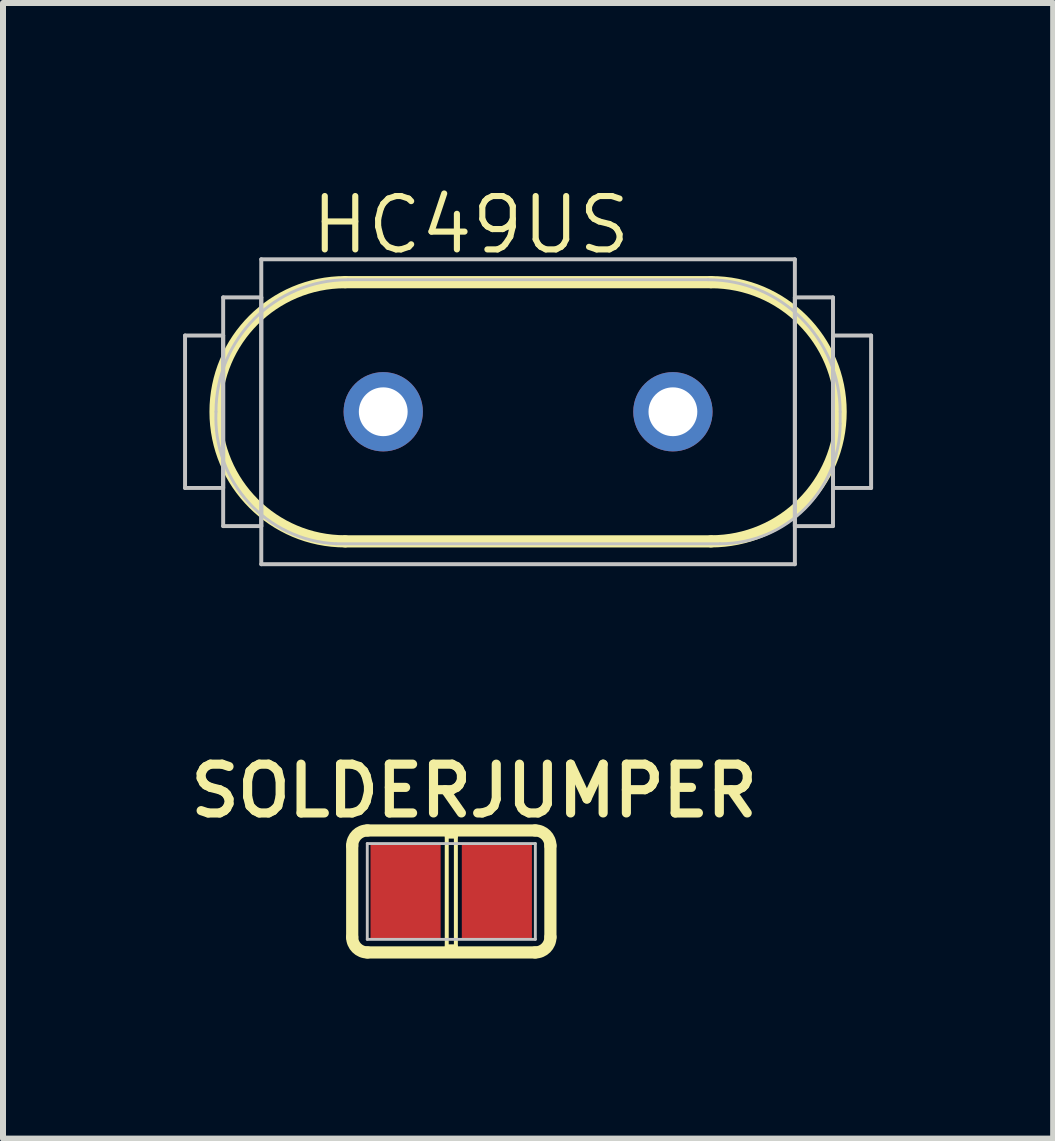
<source format=kicad_pcb>
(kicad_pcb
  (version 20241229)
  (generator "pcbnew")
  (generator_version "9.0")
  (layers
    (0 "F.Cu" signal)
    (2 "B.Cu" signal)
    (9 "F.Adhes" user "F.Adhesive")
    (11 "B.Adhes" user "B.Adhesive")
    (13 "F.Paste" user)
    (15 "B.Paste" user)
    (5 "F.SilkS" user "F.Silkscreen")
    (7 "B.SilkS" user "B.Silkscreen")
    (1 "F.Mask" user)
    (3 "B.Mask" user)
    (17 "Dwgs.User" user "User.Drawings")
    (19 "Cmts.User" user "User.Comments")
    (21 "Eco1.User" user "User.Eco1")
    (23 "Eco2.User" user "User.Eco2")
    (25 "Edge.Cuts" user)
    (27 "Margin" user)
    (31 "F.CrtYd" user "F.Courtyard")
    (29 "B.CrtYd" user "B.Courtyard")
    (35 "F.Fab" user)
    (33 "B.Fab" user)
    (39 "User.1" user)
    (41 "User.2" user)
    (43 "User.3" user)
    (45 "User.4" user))
  (footprint "HC49US"
    (layer "F.Cu")
    (at 5.748 3.81)
    (property "Reference" "HC49US" (at -0.953 -3.111 0) (layer "F.SilkS") (effects (font (size 0.889 0.889) (thickness 0.102))))
    (attr exclude_from_pos_files exclude_from_bom)
    (fp_line (start -3.048 -2.159) (end 3.048 -2.159) (stroke (width 0.203) (type solid)) (layer "F.SilkS"))
    (fp_line (start -3.048 2.159) (end 3.048 2.159) (stroke (width 0.203) (type solid)) (layer "F.SilkS"))
    (fp_arc (start -3.048 2.159) (mid -5.207 0) (end -3.048 -2.159) (stroke (width 0.2032) (type solid)) (layer "F.SilkS"))
    (fp_arc (start 3.048 -2.159) (mid 5.207 0) (end 3.048 2.159) (stroke (width 0.2032) (type solid)) (layer "F.SilkS"))
    (fp_line (start -5.715 -1.27) (end -5.08 -1.27) (stroke (width 0.066) (type solid)) (layer "Dwgs.User"))
    (fp_line (start -5.715 1.27) (end -5.715 -1.27) (stroke (width 0.066) (type solid)) (layer "Dwgs.User"))
    (fp_line (start -5.715 1.27) (end -5.08 1.27) (stroke (width 0.066) (type solid)) (layer "Dwgs.User"))
    (fp_line (start -5.08 -1.905) (end -4.445 -1.905) (stroke (width 0.066) (type solid)) (layer "Dwgs.User"))
    (fp_line (start -5.08 1.27) (end -5.08 -1.27) (stroke (width 0.066) (type solid)) (layer "Dwgs.User"))
    (fp_line (start -5.08 1.905) (end -5.08 -1.905) (stroke (width 0.066) (type solid)) (layer "Dwgs.User"))
    (fp_line (start -5.08 1.905) (end -4.445 1.905) (stroke (width 0.066) (type solid)) (layer "Dwgs.User"))
    (fp_line (start -4.445 -2.54) (end 4.445 -2.54) (stroke (width 0.066) (type solid)) (layer "Dwgs.User"))
    (fp_line (start -4.445 1.905) (end -4.445 -1.905) (stroke (width 0.066) (type solid)) (layer "Dwgs.User"))
    (fp_line (start -4.445 2.54) (end -4.445 -2.54) (stroke (width 0.066) (type solid)) (layer "Dwgs.User"))
    (fp_line (start -4.445 2.54) (end 4.445 2.54) (stroke (width 0.066) (type solid)) (layer "Dwgs.User"))
    (fp_line (start -3.198 2.2) (end 3.198 2.2) (stroke (width 0.048) (type solid)) (layer "Dwgs.User"))
    (fp_line (start 3 -2.2) (end -3 -2.2) (stroke (width 0.048) (type solid)) (layer "Dwgs.User"))
    (fp_line (start 4.445 -1.905) (end 5.08 -1.905) (stroke (width 0.066) (type solid)) (layer "Dwgs.User"))
    (fp_line (start 4.445 1.905) (end 4.445 -1.905) (stroke (width 0.066) (type solid)) (layer "Dwgs.User"))
    (fp_line (start 4.445 1.905) (end 5.08 1.905) (stroke (width 0.066) (type solid)) (layer "Dwgs.User"))
    (fp_line (start 4.445 2.54) (end 4.445 -2.54) (stroke (width 0.066) (type solid)) (layer "Dwgs.User"))
    (fp_line (start 5.08 -1.27) (end 5.715 -1.27) (stroke (width 0.066) (type solid)) (layer "Dwgs.User"))
    (fp_line (start 5.08 1.27) (end 5.08 -1.27) (stroke (width 0.066) (type solid)) (layer "Dwgs.User"))
    (fp_line (start 5.08 1.27) (end 5.715 1.27) (stroke (width 0.066) (type solid)) (layer "Dwgs.User"))
    (fp_line (start 5.08 1.905) (end 5.08 -1.905) (stroke (width 0.066) (type solid)) (layer "Dwgs.User"))
    (fp_line (start 5.199 0.198) (end 5.199 0) (stroke (width 0.048) (type solid)) (layer "Dwgs.User"))
    (fp_line (start 5.715 1.27) (end 5.715 -1.27) (stroke (width 0.066) (type solid)) (layer "Dwgs.User"))
    (fp_arc (start -5.19938 0) (mid -4.55512 -1.55538) (end -2.99974 -2.19964) (stroke (width 0.04826) (type solid)) (layer "Dwgs.User"))
    (fp_arc (start -3.19786 2.19964) (mid -4.65418 1.514348) (end -5.19938 0) (stroke (width 0.04826) (type solid)) (layer "Dwgs.User"))
    (fp_arc (start 2.99974 -2.19964) (mid 4.55512 -1.55538) (end 5.19938 0) (stroke (width 0.04826) (type solid)) (layer "Dwgs.User"))
    (fp_arc (start 5.19938 0.19812) (mid 4.613148 1.613408) (end 3.19786 2.19964) (stroke (width 0.04826) (type solid)) (layer "Dwgs.User"))
    (pad "1" thru_hole circle (at -2.413 0) (size 1.321 1.321) (drill 0.813) (layers "*.Cu" "*.Paste" "*.Mask"))
    (pad "2" thru_hole circle (at 2.413 0) (size 1.321 1.321) (drill 0.813) (layers "*.Cu" "*.Paste" "*.Mask")))
  (footprint "SOLDERJUMPER"
    (layer "F.Cu")
    (at 4.469 11.802)
    (property "Reference" "SOLDERJUMPER" (at 0.381 -1.676 0) (layer "F.SilkS") (effects (font (size 0.813 0.813) (thickness 0.152))))
    (attr smd)
    (fp_line (start -1.651 0.762) (end -1.651 -0.762) (stroke (width 0.203) (type solid)) (layer "F.SilkS"))
    (fp_line (start -1.397 -1.016) (end 1.397 -1.016) (stroke (width 0.203) (type solid)) (layer "F.SilkS"))
    (fp_line (start -0.076 -0.914) (end 0.076 -0.914) (stroke (width 0.066) (type solid)) (layer "F.SilkS"))
    (fp_line (start -0.076 0.914) (end -0.076 -0.914) (stroke (width 0.066) (type solid)) (layer "F.SilkS"))
    (fp_line (start -0.076 0.914) (end 0.076 0.914) (stroke (width 0.066) (type solid)) (layer "F.SilkS"))
    (fp_line (start 0.076 0.914) (end 0.076 -0.914) (stroke (width 0.066) (type solid)) (layer "F.SilkS"))
    (fp_line (start 1.397 1.016) (end -1.397 1.016) (stroke (width 0.203) (type solid)) (layer "F.SilkS"))
    (fp_line (start 1.651 0.762) (end 1.651 -0.762) (stroke (width 0.203) (type solid)) (layer "F.SilkS"))
    (fp_arc (start -1.651 -0.762) (mid -1.576605 -0.941605) (end -1.397 -1.016) (stroke (width 0.2032) (type solid)) (layer "F.SilkS"))
    (fp_arc (start -1.397 1.016) (mid -1.576605 0.941605) (end -1.651 0.762) (stroke (width 0.2032) (type solid)) (layer "F.SilkS"))
    (fp_arc (start 1.397 -1.016) (mid 1.576605 -0.941605) (end 1.651 -0.762) (stroke (width 0.2032) (type solid)) (layer "F.SilkS"))
    (fp_arc (start 1.651 0.762) (mid 1.576605 0.941605) (end 1.397 1.016) (stroke (width 0.2032) (type solid)) (layer "F.SilkS"))
    (fp_line (start -1.4 -0.798) (end 1.4 -0.798) (stroke (width 0.048) (type solid)) (layer "Dwgs.User"))
    (fp_line (start -1.4 0.798) (end -1.4 -0.798) (stroke (width 0.048) (type solid)) (layer "Dwgs.User"))
    (fp_line (start 1.4 -0.798) (end 1.4 0.798) (stroke (width 0.048) (type solid)) (layer "Dwgs.User"))
    (fp_line (start 1.4 0.798) (end -1.4 0.798) (stroke (width 0.048) (type solid)) (layer "Dwgs.User"))
    (pad "1" smd rect (at -0.762 0) (size 1.168 1.6) (layers "F.Cu" "F.Mask" "F.Paste"))
    (pad "2" smd rect (at 0.759 0) (size 1.168 1.6) (layers "F.Cu" "F.Mask" "F.Paste")))
  (gr_rect
    (start -3 -3)
    (end 14.496 15.92)
    (stroke (width 0.1) (type default))
    (fill no)
    (layer "Edge.Cuts")))
</source>
